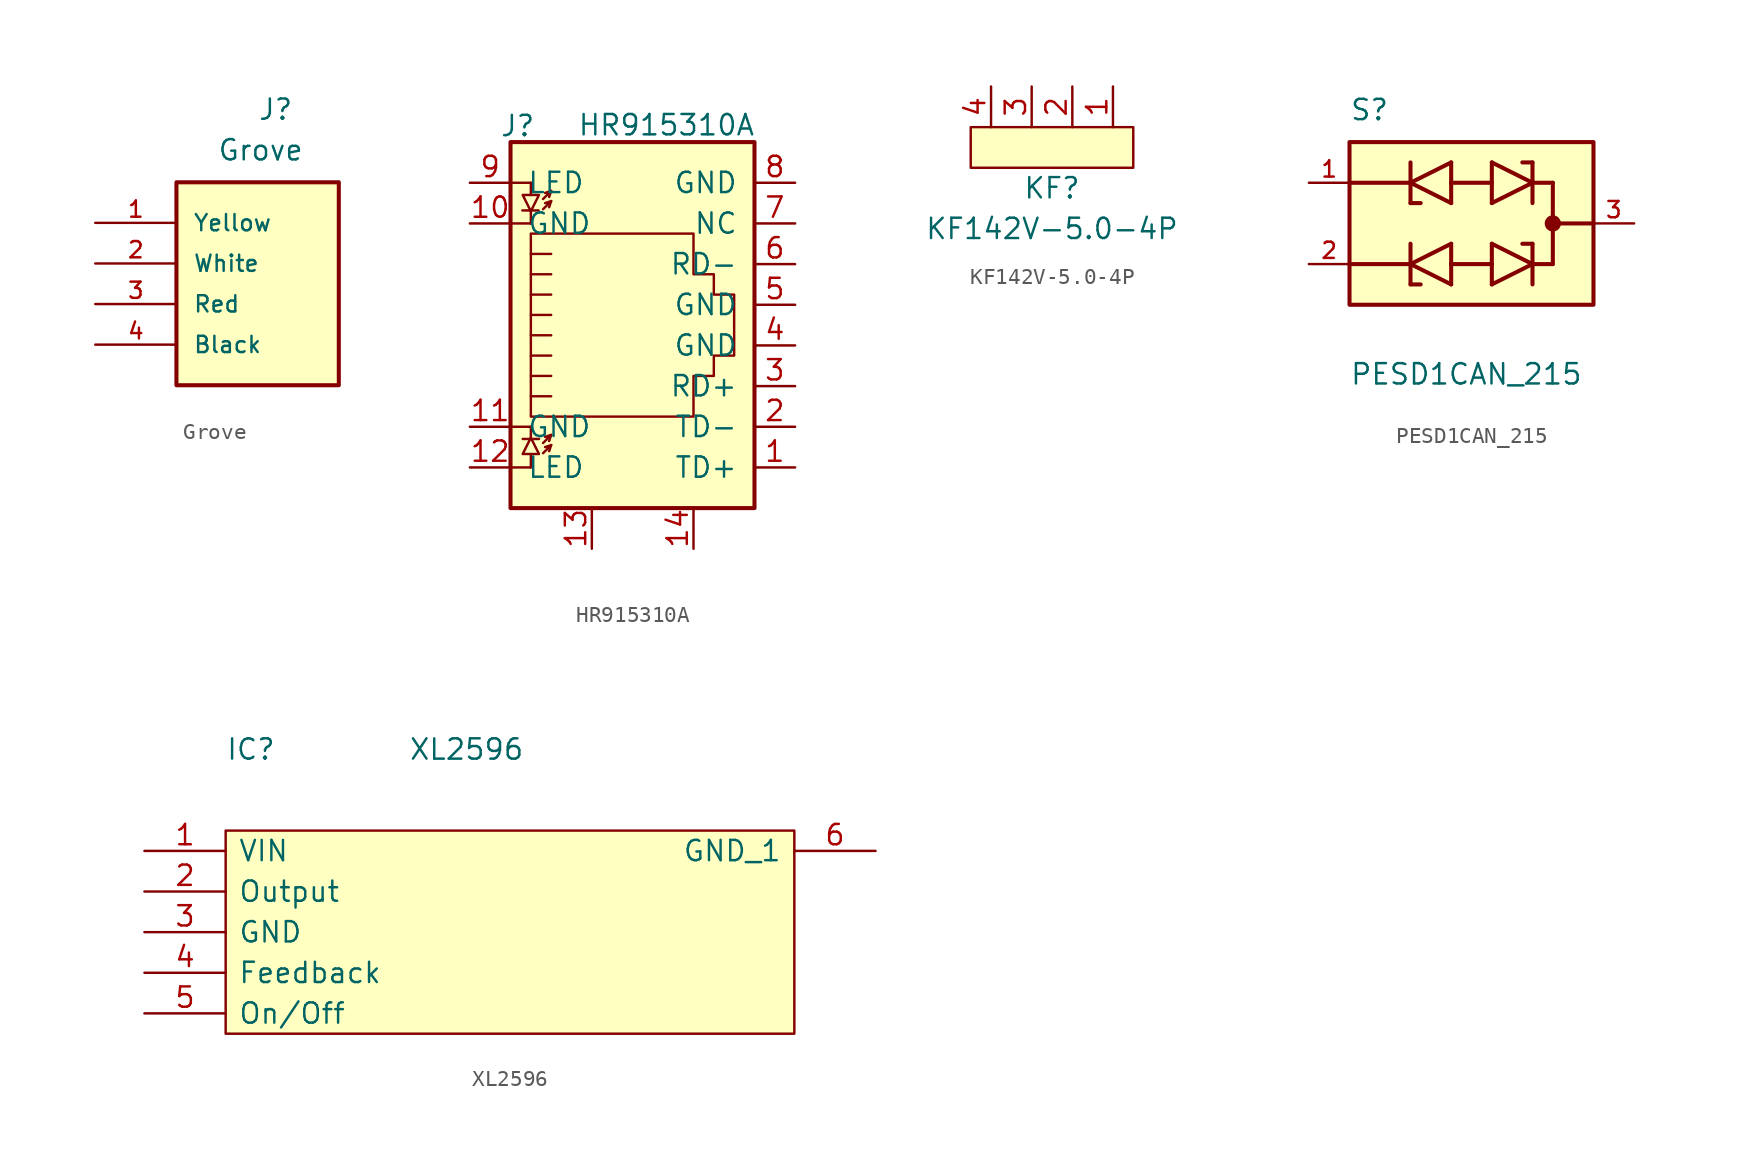
<source format=kicad_sym>
(kicad_symbol_lib
  (version 20231120)
  (generator "kicad_symbol_editor")
  (generator_version "8.0")
  (symbol "Grove"
    (pin_names
      (offset 1.016))
    (property "Reference" "J"
      (at 0 8.89 0)
      (effects (font (size 1.27 1.27)) (justify left bottom)))
    (property "Value" "Grove"
      (at -2.54 6.35 0)
      (effects (font (size 1.27 1.27)) (justify left bottom)))
    (symbol "Grove_0_0"
      (rectangle (start -5.08 -7.62) (end 5.08 5.08) (stroke (width 0.254) (type solid)) (fill (type background)))
      (pin passive line (at -10.16 2.54 0) (length 5.08) (name "Yellow" (effects (font (size 1.016 1.016)))) (number "1" (effects (font (size 1.016 1.016)))))
      (pin passive line (at -10.16 0 0) (length 5.08) (name "White" (effects (font (size 1.016 1.016)))) (number "2" (effects (font (size 1.016 1.016)))))
      (pin passive line (at -10.16 -2.54 0) (length 5.08) (name "Red" (effects (font (size 1.016 1.016)))) (number "3" (effects (font (size 1.016 1.016)))))
      (pin passive line (at -10.16 -5.08 0) (length 5.08) (name "Black" (effects (font (size 1.016 1.016)))) (number "4" (effects (font (size 1.016 1.016)))))))
  (symbol "HR915310A"
    (pin_names
      (offset 1.016))
    (property "Reference" "J"
      (at -6.045 13.716 0)
      (effects (font (size 1.27 1.27)) (justify right)))
    (property "Value" "HR915310A"
      (at -3.454 13.767 0)
      (effects (font (size 1.27 1.27)) (justify left)))
    (symbol "HR915310A_0_1"
      (polyline (pts (xy -7.62 -7.62) (xy -6.35 -7.62)) (stroke (width 0) (type solid)) (fill (type none)))
      (polyline (pts (xy -7.62 -5.08) (xy -6.35 -5.08)) (stroke (width 0) (type solid)) (fill (type none)))
      (polyline (pts (xy -7.62 7.62) (xy -6.35 7.62)) (stroke (width 0) (type solid)) (fill (type none)))
      (polyline (pts (xy -7.62 10.16) (xy -6.35 10.16)) (stroke (width 0) (type solid)) (fill (type none)))
      (polyline (pts (xy -6.883 8.433) (xy -5.867 8.433)) (stroke (width 0) (type solid)) (fill (type none)))
      (polyline (pts (xy -6.858 -5.842) (xy -5.842 -5.842)) (stroke (width 0) (type solid)) (fill (type none)))
      (polyline (pts (xy -6.35 -7.62) (xy -6.35 -6.858)) (stroke (width 0) (type solid)) (fill (type none)))
      (polyline (pts (xy -6.35 -5.08) (xy -6.35 -5.842)) (stroke (width 0) (type solid)) (fill (type none)))
      (polyline (pts (xy -6.35 7.62) (xy -6.35 8.382)) (stroke (width 0) (type solid)) (fill (type none)))
      (polyline (pts (xy -6.35 10.16) (xy -6.35 9.398)) (stroke (width 0) (type solid)) (fill (type none)))
      (polyline (pts (xy -5.08 -6.223) (xy -5.207 -6.604)) (stroke (width 0) (type solid)) (fill (type none)))
      (polyline (pts (xy -5.08 -5.588) (xy -5.207 -5.969)) (stroke (width 0) (type solid)) (fill (type none)))
      (polyline (pts (xy -5.08 4.445) (xy -6.35 4.445)) (stroke (width 0) (type solid)) (fill (type none)))
      (polyline (pts (xy -5.08 5.715) (xy -6.35 5.715)) (stroke (width 0) (type solid)) (fill (type none)))
      (polyline (pts (xy -5.08 9.017) (xy -5.207 8.636)) (stroke (width 0) (type solid)) (fill (type none)))
      (polyline (pts (xy -5.08 9.652) (xy -5.207 9.271)) (stroke (width 0) (type solid)) (fill (type none)))
      (polyline (pts (xy -6.35 -3.175) (xy -5.08 -3.175) (xy -5.08 -3.175)) (stroke (width 0) (type solid)) (fill (type none)))
      (polyline (pts (xy -6.35 -1.905) (xy -5.08 -1.905) (xy -5.08 -1.905)) (stroke (width 0) (type solid)) (fill (type none)))
      (polyline (pts (xy -6.35 -0.635) (xy -5.08 -0.635) (xy -5.08 -0.635)) (stroke (width 0) (type solid)) (fill (type none)))
      (polyline (pts (xy -6.35 0.635) (xy -5.08 0.635) (xy -5.08 0.635)) (stroke (width 0) (type solid)) (fill (type none)))
      (polyline (pts (xy -6.35 1.905) (xy -5.08 1.905) (xy -5.08 1.905)) (stroke (width 0) (type solid)) (fill (type none)))
      (polyline (pts (xy -5.588 -6.731) (xy -5.08 -6.223) (xy -5.461 -6.35)) (stroke (width 0) (type solid)) (fill (type none)))
      (polyline (pts (xy -5.588 -6.096) (xy -5.08 -5.588) (xy -5.461 -5.715)) (stroke (width 0) (type solid)) (fill (type none)))
      (polyline (pts (xy -5.588 8.509) (xy -5.08 9.017) (xy -5.461 8.89)) (stroke (width 0) (type solid)) (fill (type none)))
      (polyline (pts (xy -5.588 9.144) (xy -5.08 9.652) (xy -5.461 9.525)) (stroke (width 0) (type solid)) (fill (type none)))
      (polyline (pts (xy -5.08 3.175) (xy -6.35 3.175) (xy -6.35 3.175)) (stroke (width 0) (type solid)) (fill (type none)))
      (polyline (pts (xy -6.35 -5.766) (xy -6.858 -6.782) (xy -5.842 -6.782) (xy -6.35 -5.766)) (stroke (width 0) (type solid)) (fill (type none)))
      (polyline (pts (xy -6.35 8.382) (xy -5.842 9.398) (xy -6.858 9.398) (xy -6.35 8.382)) (stroke (width 0) (type solid)) (fill (type none)))
      (polyline (pts (xy -6.35 -4.445) (xy -6.35 6.985) (xy 3.81 6.985) (xy 3.81 4.445) (xy 5.08 4.445) (xy 5.08 3.175) (xy 6.35 3.175) (xy 6.35 -0.635) (xy 5.08 -0.635) (xy 5.08 -1.905) (xy 3.81 -1.905) (xy 3.81 -4.445) (xy -6.35 -4.445) (xy -6.35 -4.445)) (stroke (width 0) (type solid)) (fill (type none)))
      (rectangle (start 7.62 12.7) (end -7.62 -10.16) (stroke (width 0.254) (type solid)) (fill (type background))))
    (symbol "HR915310A_1_1"
      (pin passive line (at 10.16 -7.62 180) (length 2.54) (name "TD+" (effects (font (size 1.27 1.27)))) (number "1" (effects (font (size 1.27 1.27)))))
      (pin passive line (at -10.16 7.62 0) (length 2.54) (name "GND" (effects (font (size 1.27 1.27)))) (number "10" (effects (font (size 1.27 1.27)))))
      (pin passive line (at -10.16 -5.08 0) (length 2.54) (name "GND" (effects (font (size 1.27 1.27)))) (number "11" (effects (font (size 1.27 1.27)))))
      (pin passive line (at -10.16 -7.62 0) (length 2.54) (name "LED" (effects (font (size 1.27 1.27)))) (number "12" (effects (font (size 1.27 1.27)))))
      (pin passive line (at -2.54 -12.7 90) (length 2.54) (name "~" (effects (font (size 1.27 1.27)))) (number "13" (effects (font (size 1.27 1.27)))))
      (pin passive line (at 3.81 -12.7 90) (length 2.54) (name "~" (effects (font (size 1.27 1.27)))) (number "14" (effects (font (size 1.27 1.27)))))
      (pin passive line (at 10.16 -5.08 180) (length 2.54) (name "TD-" (effects (font (size 1.27 1.27)))) (number "2" (effects (font (size 1.27 1.27)))))
      (pin passive line (at 10.16 -2.54 180) (length 2.54) (name "RD+" (effects (font (size 1.27 1.27)))) (number "3" (effects (font (size 1.27 1.27)))))
      (pin passive line (at 10.16 0 180) (length 2.54) (name "GND" (effects (font (size 1.27 1.27)))) (number "4" (effects (font (size 1.27 1.27)))))
      (pin passive line (at 10.16 2.54 180) (length 2.54) (name "GND" (effects (font (size 1.27 1.27)))) (number "5" (effects (font (size 1.27 1.27)))))
      (pin passive line (at 10.16 5.08 180) (length 2.54) (name "RD-" (effects (font (size 1.27 1.27)))) (number "6" (effects (font (size 1.27 1.27)))))
      (pin passive line (at 10.16 7.62 180) (length 2.54) (name "NC" (effects (font (size 1.27 1.27)))) (number "7" (effects (font (size 1.27 1.27)))))
      (pin passive line (at 10.16 10.16 180) (length 2.54) (name "GND" (effects (font (size 1.27 1.27)))) (number "8" (effects (font (size 1.27 1.27)))))
      (pin passive line (at -10.16 10.16 0) (length 2.54) (name "LED" (effects (font (size 1.27 1.27)))) (number "9" (effects (font (size 1.27 1.27)))))))
  (symbol "KF142V-5.0-4P"
    (pin_names
      (offset 1.016))
    (property "Reference" "KF"
      (at 6.35 -3.81 0)
      (effects (font (size 1.27 1.27))))
    (property "Value" "KF142V-5.0-4P"
      (at 6.35 -6.35 0)
      (effects (font (size 1.27 1.27))))
    (symbol "KF142V-5.0-4P_0_1"
      (rectangle (start 1.27 0) (end 11.43 -2.54) (stroke (width 0) (type solid)) (fill (type background))))
    (symbol "KF142V-5.0-4P_1_1"
      (pin passive line (at 10.16 2.54 270) (length 2.54) (name "~" (effects (font (size 1.27 1.27)))) (number "1" (effects (font (size 1.27 1.27)))))
      (pin passive line (at 7.62 2.54 270) (length 2.54) (name "~" (effects (font (size 1.27 1.27)))) (number "2" (effects (font (size 1.27 1.27)))))
      (pin passive line (at 5.08 2.54 270) (length 2.54) (name "~" (effects (font (size 1.27 1.27)))) (number "3" (effects (font (size 1.27 1.27)))))
      (pin passive line (at 2.54 2.54 270) (length 2.54) (name "~" (effects (font (size 1.27 1.27)))) (number "4" (effects (font (size 1.27 1.27)))))))
  (symbol "PESD1CAN_215"
    (pin_names
      (offset 1.016))
    (property "Reference" "S"
      (at -7.62 6.35 0)
      (effects (font (size 1.27 1.27)) (justify left bottom)))
    (property "Value" "PESD1CAN_215"
      (at -7.62 -10.16 0)
      (effects (font (size 1.27 1.27)) (justify left bottom)))
    (symbol "PESD1CAN_215_0_0"
      (rectangle (start -7.62 -5.08) (end 7.62 5.08) (stroke (width 0.254) (type default)) (fill (type background)))
      (polyline (pts (xy -7.62 -2.54) (xy -3.81 -2.54)) (stroke (width 0.254) (type default)) (fill (type none)))
      (polyline (pts (xy -7.62 2.54) (xy -3.81 2.54)) (stroke (width 0.254) (type default)) (fill (type none)))
      (polyline (pts (xy -3.81 -3.81) (xy -3.81 -2.54)) (stroke (width 0.254) (type default)) (fill (type none)))
      (polyline (pts (xy -3.81 -2.54) (xy -3.81 -1.27)) (stroke (width 0.254) (type default)) (fill (type none)))
      (polyline (pts (xy -3.81 -2.54) (xy -1.27 -3.81)) (stroke (width 0.254) (type default)) (fill (type none)))
      (polyline (pts (xy -3.81 1.27) (xy -3.81 2.54)) (stroke (width 0.254) (type default)) (fill (type none)))
      (polyline (pts (xy -3.81 2.54) (xy -3.81 3.81)) (stroke (width 0.254) (type default)) (fill (type none)))
      (polyline (pts (xy -3.81 2.54) (xy -1.27 1.27)) (stroke (width 0.254) (type default)) (fill (type none)))
      (polyline (pts (xy -3.175 -3.81) (xy -3.81 -3.81)) (stroke (width 0.254) (type default)) (fill (type none)))
      (polyline (pts (xy -3.175 1.27) (xy -3.81 1.27)) (stroke (width 0.254) (type default)) (fill (type none)))
      (polyline (pts (xy -1.27 -3.81) (xy -1.27 -2.54)) (stroke (width 0.254) (type default)) (fill (type none)))
      (polyline (pts (xy -1.27 -2.54) (xy -1.27 -1.27)) (stroke (width 0.254) (type default)) (fill (type none)))
      (polyline (pts (xy -1.27 -2.54) (xy 1.27 -2.54)) (stroke (width 0.254) (type default)) (fill (type none)))
      (polyline (pts (xy -1.27 -1.27) (xy -3.81 -2.54)) (stroke (width 0.254) (type default)) (fill (type none)))
      (polyline (pts (xy -1.27 1.27) (xy -1.27 2.54)) (stroke (width 0.254) (type default)) (fill (type none)))
      (polyline (pts (xy -1.27 2.54) (xy -1.27 3.81)) (stroke (width 0.254) (type default)) (fill (type none)))
      (polyline (pts (xy -1.27 2.54) (xy 1.27 2.54)) (stroke (width 0.254) (type default)) (fill (type none)))
      (polyline (pts (xy -1.27 3.81) (xy -3.81 2.54)) (stroke (width 0.254) (type default)) (fill (type none)))
      (polyline (pts (xy 1.27 -3.81) (xy 3.81 -2.54)) (stroke (width 0.254) (type default)) (fill (type none)))
      (polyline (pts (xy 1.27 -2.54) (xy 1.27 -3.81)) (stroke (width 0.254) (type default)) (fill (type none)))
      (polyline (pts (xy 1.27 -1.27) (xy 1.27 -2.54)) (stroke (width 0.254) (type default)) (fill (type none)))
      (polyline (pts (xy 1.27 1.27) (xy 3.81 2.54)) (stroke (width 0.254) (type default)) (fill (type none)))
      (polyline (pts (xy 1.27 2.54) (xy 1.27 1.27)) (stroke (width 0.254) (type default)) (fill (type none)))
      (polyline (pts (xy 1.27 3.81) (xy 1.27 2.54)) (stroke (width 0.254) (type default)) (fill (type none)))
      (polyline (pts (xy 3.175 -1.27) (xy 3.81 -1.27)) (stroke (width 0.254) (type default)) (fill (type none)))
      (polyline (pts (xy 3.175 3.81) (xy 3.81 3.81)) (stroke (width 0.254) (type default)) (fill (type none)))
      (polyline (pts (xy 3.81 -2.54) (xy 1.27 -1.27)) (stroke (width 0.254) (type default)) (fill (type none)))
      (polyline (pts (xy 3.81 -2.54) (xy 3.81 -3.81)) (stroke (width 0.254) (type default)) (fill (type none)))
      (polyline (pts (xy 3.81 -1.27) (xy 3.81 -2.54)) (stroke (width 0.254) (type default)) (fill (type none)))
      (polyline (pts (xy 3.81 2.54) (xy 1.27 3.81)) (stroke (width 0.254) (type default)) (fill (type none)))
      (polyline (pts (xy 3.81 2.54) (xy 3.81 1.27)) (stroke (width 0.254) (type default)) (fill (type none)))
      (polyline (pts (xy 3.81 3.81) (xy 3.81 2.54)) (stroke (width 0.254) (type default)) (fill (type none)))
      (polyline (pts (xy 5.08 -2.54) (xy 3.81 -2.54)) (stroke (width 0.254) (type default)) (fill (type none)))
      (polyline (pts (xy 5.08 0) (xy 5.08 -2.54)) (stroke (width 0.254) (type default)) (fill (type none)))
      (polyline (pts (xy 5.08 0) (xy 7.62 0)) (stroke (width 0.254) (type default)) (fill (type none)))
      (polyline (pts (xy 5.08 2.54) (xy 3.81 2.54)) (stroke (width 0.254) (type default)) (fill (type none)))
      (polyline (pts (xy 5.08 2.54) (xy 5.08 0)) (stroke (width 0.254) (type default)) (fill (type none)))
      (circle (center 5.08 0) (radius 0.254) (stroke (width 0.508) (type default)) (fill (type none)))
      (pin passive line (at -10.16 2.54 0) (length 2.54) (name "~" (effects (font (size 1.016 1.016)))) (number "1" (effects (font (size 1.016 1.016)))))
      (pin passive line (at -10.16 -2.54 0) (length 2.54) (name "~" (effects (font (size 1.016 1.016)))) (number "2" (effects (font (size 1.016 1.016)))))
      (pin passive line (at 10.16 0 180) (length 2.54) (name "~" (effects (font (size 1.016 1.016)))) (number "3" (effects (font (size 1.016 1.016)))))))
  (symbol "XL2596"
    (pin_names
      (offset 0.762))
    (property "Reference" "IC"
      (at 5.08 6.35 0)
      (effects (font (size 1.27 1.27)) (justify left)))
    (property "Value" "XL2596"
      (at 16.51 6.35 0)
      (effects (font (size 1.27 1.27)) (justify left)))
    (symbol "XL2596_0_0"
      (pin input line (at 0 0 0) (length 5.08) (name "VIN" (effects (font (size 1.27 1.27)))) (number "1" (effects (font (size 1.27 1.27)))))
      (pin output line (at 0 -2.54 0) (length 5.08) (name "Output" (effects (font (size 1.27 1.27)))) (number "2" (effects (font (size 1.27 1.27)))))
      (pin input line (at 0 -5.08 0) (length 5.08) (name "GND" (effects (font (size 1.27 1.27)))) (number "3" (effects (font (size 1.27 1.27)))))
      (pin input line (at 0 -7.62 0) (length 5.08) (name "Feedback" (effects (font (size 1.27 1.27)))) (number "4" (effects (font (size 1.27 1.27)))))
      (pin passive line (at 0 -10.16 0) (length 5.08) (name "On/Off" (effects (font (size 1.27 1.27)))) (number "5" (effects (font (size 1.27 1.27)))))
      (pin input line (at 45.72 0 180) (length 5.08) (name "GND_1" (effects (font (size 1.27 1.27)))) (number "6" (effects (font (size 1.27 1.27))))))
    (symbol "XL2596_0_1"
      (rectangle (start 5.08 1.27) (end 40.64 -11.43) (stroke (width 0) (type solid)) (fill (type background))))))
</source>
